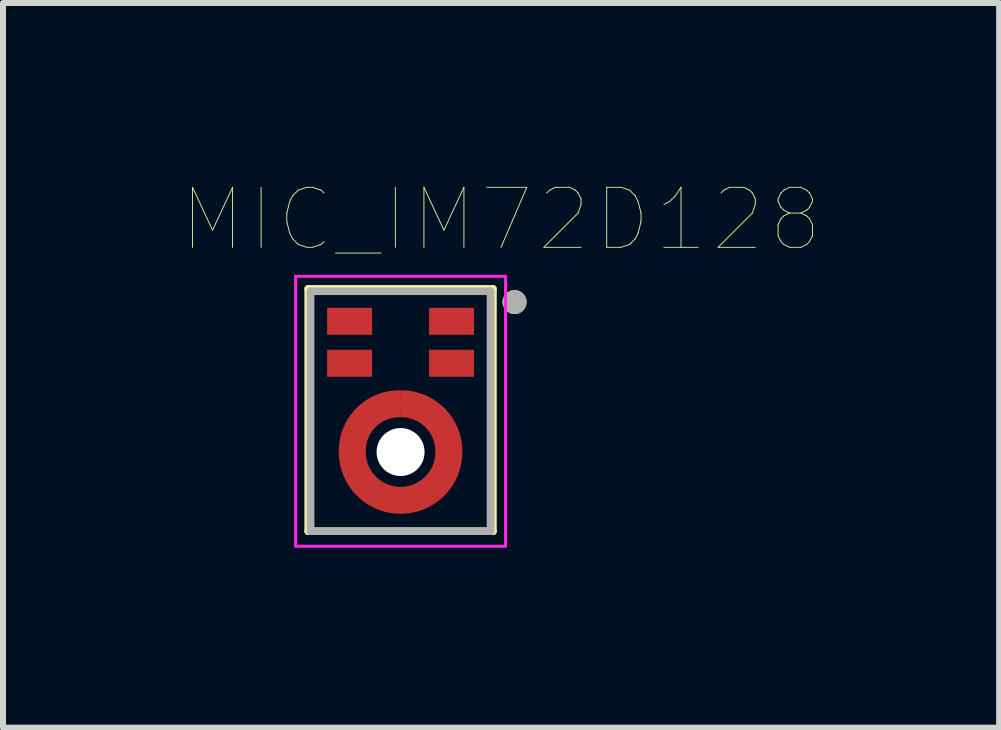
<source format=kicad_pcb>
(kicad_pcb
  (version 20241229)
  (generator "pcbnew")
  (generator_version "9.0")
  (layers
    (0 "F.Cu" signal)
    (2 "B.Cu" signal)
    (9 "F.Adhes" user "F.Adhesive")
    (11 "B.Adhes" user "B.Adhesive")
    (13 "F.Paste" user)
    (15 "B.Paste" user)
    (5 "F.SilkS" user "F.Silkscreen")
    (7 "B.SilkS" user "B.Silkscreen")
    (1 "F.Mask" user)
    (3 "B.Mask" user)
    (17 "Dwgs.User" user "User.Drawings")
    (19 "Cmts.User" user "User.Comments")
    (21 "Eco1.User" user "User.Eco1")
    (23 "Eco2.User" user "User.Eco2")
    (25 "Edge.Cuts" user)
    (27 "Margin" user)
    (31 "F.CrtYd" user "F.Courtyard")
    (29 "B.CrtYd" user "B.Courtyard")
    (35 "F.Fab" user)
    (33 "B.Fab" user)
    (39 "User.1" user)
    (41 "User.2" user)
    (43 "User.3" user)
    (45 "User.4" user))
  (footprint "MIC_IM72D128"
    (layer "F.Cu")
    (at 3.628 3.806)
    (property "Reference" "MIC_IM72D128" (at 1.675 -3.195 0) (layer "F.SilkS") (effects (font (size 1 1) (thickness 0.015))))
    (attr through_hole)
    (fp_poly (pts (xy 0.001 0.1) (xy 0.001 -0.35) (xy 0.046 -0.349) (xy 0.099 -0.346) (xy 0.152 -0.34) (xy 0.205 -0.331) (xy 0.257 -0.32) (xy 0.309 -0.305) (xy 0.359 -0.289) (xy 0.409 -0.269) (xy 0.457 -0.247) (xy 0.505 -0.222) (xy 0.551 -0.195) (xy 0.595 -0.166) (xy 0.638 -0.134) (xy 0.679 -0.1) (xy 0.719 -0.064) (xy 0.756 -0.026) (xy 0.792 0.014) (xy 0.825 0.056) (xy 0.856 0.099) (xy 0.884 0.144) (xy 0.911 0.191) (xy 0.935 0.239) (xy 0.956 0.288) (xy 0.974 0.338) (xy 0.991 0.388) (xy 1.004 0.44) (xy 1.015 0.492) (xy 1.022 0.545) (xy 1.028 0.598) (xy 1.03 0.66) (xy 1.03 0.68) (xy 1.029 0.734) (xy 1.024 0.788) (xy 1.017 0.841) (xy 1.007 0.894) (xy 0.995 0.947) (xy 0.98 0.998) (xy 0.962 1.049) (xy 0.941 1.099) (xy 0.918 1.148) (xy 0.892 1.195) (xy 0.864 1.241) (xy 0.833 1.285) (xy 0.8 1.328) (xy 0.765 1.369) (xy 0.728 1.408) (xy 0.689 1.445) (xy 0.648 1.48) (xy 0.605 1.513) (xy 0.561 1.544) (xy 0.515 1.572) (xy 0.468 1.598) (xy 0.419 1.621) (xy 0.369 1.642) (xy 0.318 1.66) (xy 0.267 1.675) (xy 0.214 1.687) (xy 0.161 1.697) (xy 0.108 1.704) (xy 0.054 1.709) (xy 0 1.71) (xy -0.054 1.709) (xy -0.108 1.704) (xy -0.161 1.697) (xy -0.214 1.687) (xy -0.267 1.675) (xy -0.318 1.66) (xy -0.369 1.642) (xy -0.419 1.621) (xy -0.468 1.598) (xy -0.515 1.572) (xy -0.561 1.544) (xy -0.605 1.513) (xy -0.648 1.48) (xy -0.689 1.445) (xy -0.728 1.408) (xy -0.765 1.369) (xy -0.8 1.328) (xy -0.833 1.285) (xy -0.864 1.241) (xy -0.892 1.195) (xy -0.918 1.148) (xy -0.941 1.099) (xy -0.962 1.049) (xy -0.98 0.998) (xy -0.995 0.947) (xy -1.007 0.894) (xy -1.017 0.841) (xy -1.024 0.788) (xy -1.029 0.734) (xy -1.03 0.68) (xy -1.03 0.66) (xy -1.029 0.607) (xy -1.024 0.554) (xy -1.018 0.502) (xy -1.008 0.45) (xy -0.996 0.399) (xy -0.981 0.348) (xy -0.963 0.298) (xy -0.943 0.249) (xy -0.92 0.201) (xy -0.895 0.155) (xy -0.867 0.11) (xy -0.837 0.066) (xy -0.805 0.024) (xy -0.771 -0.016) (xy -0.734 -0.054) (xy -0.696 -0.091) (xy -0.656 -0.125) (xy -0.614 -0.157) (xy -0.57 -0.187) (xy -0.525 -0.215) (xy -0.479 -0.24) (xy -0.431 -0.263) (xy -0.382 -0.283) (xy -0.332 -0.301) (xy -0.281 -0.316) (xy -0.23 -0.328) (xy -0.178 -0.338) (xy -0.126 -0.344) (xy -0.073 -0.349) (xy -0.02 -0.35) (xy -0.001 -0.35) (xy -0.001 0.1) (xy -0.03 0.1) (xy -0.06 0.101) (xy -0.089 0.104) (xy -0.118 0.108) (xy -0.146 0.114) (xy -0.175 0.121) (xy -0.203 0.13) (xy -0.23 0.14) (xy -0.257 0.152) (xy -0.283 0.165) (xy -0.309 0.18) (xy -0.334 0.195) (xy -0.357 0.212) (xy -0.38 0.231) (xy -0.402 0.25) (xy -0.423 0.271) (xy -0.443 0.292) (xy -0.462 0.315) (xy -0.479 0.338) (xy -0.495 0.363) (xy -0.51 0.388) (xy -0.524 0.414) (xy -0.536 0.441) (xy -0.547 0.468) (xy -0.556 0.496) (xy -0.564 0.524) (xy -0.57 0.553) (xy -0.575 0.582) (xy -0.578 0.611) (xy -0.58 0.64) (xy -0.58 0.68) (xy -0.579 0.71) (xy -0.577 0.741) (xy -0.573 0.771) (xy -0.567 0.801) (xy -0.56 0.83) (xy -0.552 0.859) (xy -0.541 0.888) (xy -0.53 0.916) (xy -0.517 0.943) (xy -0.502 0.97) (xy -0.486 0.996) (xy -0.469 1.021) (xy -0.451 1.045) (xy -0.431 1.068) (xy -0.41 1.09) (xy -0.388 1.111) (xy -0.365 1.131) (xy -0.341 1.149) (xy -0.316 1.166) (xy -0.29 1.182) (xy -0.263 1.197) (xy -0.236 1.21) (xy -0.208 1.221) (xy -0.179 1.232) (xy -0.15 1.24) (xy -0.121 1.247) (xy -0.091 1.253) (xy -0.061 1.257) (xy -0.03 1.259) (xy 0 1.26) (xy 0.03 1.259) (xy 0.061 1.257) (xy 0.091 1.253) (xy 0.121 1.247) (xy 0.15 1.24) (xy 0.179 1.232) (xy 0.208 1.221) (xy 0.236 1.21) (xy 0.263 1.197) (xy 0.29 1.182) (xy 0.316 1.166) (xy 0.341 1.149) (xy 0.365 1.131) (xy 0.388 1.111) (xy 0.41 1.09) (xy 0.431 1.068) (xy 0.451 1.045) (xy 0.469 1.021) (xy 0.486 0.996) (xy 0.502 0.97) (xy 0.517 0.943) (xy 0.53 0.916) (xy 0.541 0.888) (xy 0.552 0.859) (xy 0.56 0.83) (xy 0.567 0.801) (xy 0.573 0.771) (xy 0.577 0.741) (xy 0.579 0.71) (xy 0.58 0.68) (xy 0.58 0.66) (xy 0.579 0.63) (xy 0.576 0.6) (xy 0.571 0.571) (xy 0.565 0.541) (xy 0.558 0.513) (xy 0.549 0.484) (xy 0.539 0.456) (xy 0.527 0.429) (xy 0.513 0.402) (xy 0.499 0.376) (xy 0.483 0.351) (xy 0.465 0.327) (xy 0.447 0.303) (xy 0.427 0.281) (xy 0.406 0.26) (xy 0.384 0.24) (xy 0.361 0.221) (xy 0.337 0.203) (xy 0.312 0.186) (xy 0.287 0.171) (xy 0.26 0.158) (xy 0.233 0.145) (xy 0.205 0.134) (xy 0.177 0.125) (xy 0.148 0.117) (xy 0.119 0.11) (xy 0.09 0.105) (xy 0.06 0.102) (xy 0.03 0.1) (xy 0.001 0.1)) (stroke (width 0.0001) (type solid)) (fill yes) (layer "F.Cu"))
    (fp_circle (center 0 0.68) (end 0.805 0.68) (stroke (width 0.65) (type solid)) (fill no) (layer "F.Mask"))
    (fp_line (start -1.54 -2.04) (end 1.54 -2.04) (stroke (width 0.127) (type solid)) (layer "F.SilkS"))
    (fp_line (start -1.54 2) (end -1.54 -2.04) (stroke (width 0.127) (type solid)) (layer "F.SilkS"))
    (fp_line (start 1.54 -2.04) (end 1.54 2) (stroke (width 0.127) (type solid)) (layer "F.SilkS"))
    (fp_line (start 1.54 2) (end -1.54 2) (stroke (width 0.127) (type solid)) (layer "F.SilkS"))
    (fp_circle (center 1.9 -1.82) (end 2 -1.82) (stroke (width 0.2) (type solid)) (fill no) (layer "F.SilkS"))
    (fp_circle (center -0.824 0.66) (end -0.724 0.66) (stroke (width 0.12) (type solid)) (fill yes) (layer "F.Paste"))
    (fp_circle (center -0.406 -0.025) (end -0.306 -0.025) (stroke (width 0.12) (type solid)) (fill yes) (layer "F.Paste"))
    (fp_circle (center -0.406 1.422) (end -0.306 1.422) (stroke (width 0.12) (type solid)) (fill yes) (layer "F.Paste"))
    (fp_circle (center 0.406 1.397) (end 0.506 1.397) (stroke (width 0.12) (type solid)) (fill yes) (layer "F.Paste"))
    (fp_circle (center 0.432 -0.051) (end 0.532 -0.051) (stroke (width 0.12) (type solid)) (fill yes) (layer "F.Paste"))
    (fp_circle (center 0.792 0.622) (end 0.892 0.622) (stroke (width 0.12) (type solid)) (fill yes) (layer "F.Paste"))
    (fp_poly (pts (xy -0.75 -1.3) (xy -0.95 -1.3) (xy -0.971 -1.301) (xy -0.992 -1.304) (xy -1.012 -1.31) (xy -1.031 -1.317) (xy -1.05 -1.327) (xy -1.068 -1.338) (xy -1.084 -1.351) (xy -1.099 -1.366) (xy -1.112 -1.382) (xy -1.123 -1.4) (xy -1.133 -1.419) (xy -1.14 -1.438) (xy -1.146 -1.458) (xy -1.149 -1.479) (xy -1.15 -1.5) (xy -1.149 -1.521) (xy -1.146 -1.542) (xy -1.14 -1.562) (xy -1.133 -1.581) (xy -1.123 -1.6) (xy -1.112 -1.618) (xy -1.099 -1.634) (xy -1.084 -1.649) (xy -1.068 -1.662) (xy -1.05 -1.673) (xy -1.031 -1.683) (xy -1.012 -1.69) (xy -0.992 -1.696) (xy -0.971 -1.699) (xy -0.95 -1.7) (xy -0.75 -1.7) (xy -0.729 -1.699) (xy -0.708 -1.696) (xy -0.688 -1.69) (xy -0.669 -1.683) (xy -0.65 -1.673) (xy -0.632 -1.662) (xy -0.616 -1.649) (xy -0.601 -1.634) (xy -0.588 -1.618) (xy -0.577 -1.6) (xy -0.567 -1.581) (xy -0.56 -1.562) (xy -0.554 -1.542) (xy -0.551 -1.521) (xy -0.55 -1.5) (xy -0.551 -1.479) (xy -0.554 -1.458) (xy -0.56 -1.438) (xy -0.567 -1.419) (xy -0.577 -1.4) (xy -0.588 -1.382) (xy -0.601 -1.366) (xy -0.616 -1.351) (xy -0.632 -1.338) (xy -0.65 -1.327) (xy -0.669 -1.317) (xy -0.688 -1.31) (xy -0.708 -1.304) (xy -0.729 -1.301) (xy -0.75 -1.3)) (stroke (width 0.0001) (type solid)) (fill yes) (layer "F.Paste"))
    (fp_poly (pts (xy -0.75 -0.6) (xy -0.95 -0.6) (xy -0.971 -0.601) (xy -0.992 -0.604) (xy -1.012 -0.61) (xy -1.031 -0.617) (xy -1.05 -0.627) (xy -1.068 -0.638) (xy -1.084 -0.651) (xy -1.099 -0.666) (xy -1.112 -0.682) (xy -1.123 -0.7) (xy -1.133 -0.719) (xy -1.14 -0.738) (xy -1.146 -0.758) (xy -1.149 -0.779) (xy -1.15 -0.8) (xy -1.149 -0.821) (xy -1.146 -0.842) (xy -1.14 -0.862) (xy -1.133 -0.881) (xy -1.123 -0.9) (xy -1.112 -0.918) (xy -1.099 -0.934) (xy -1.084 -0.949) (xy -1.068 -0.962) (xy -1.05 -0.973) (xy -1.031 -0.983) (xy -1.012 -0.99) (xy -0.992 -0.996) (xy -0.971 -0.999) (xy -0.95 -1) (xy -0.75 -1) (xy -0.729 -0.999) (xy -0.708 -0.996) (xy -0.688 -0.99) (xy -0.669 -0.983) (xy -0.65 -0.973) (xy -0.632 -0.962) (xy -0.616 -0.949) (xy -0.601 -0.934) (xy -0.588 -0.918) (xy -0.577 -0.9) (xy -0.567 -0.881) (xy -0.56 -0.862) (xy -0.554 -0.842) (xy -0.551 -0.821) (xy -0.55 -0.8) (xy -0.551 -0.779) (xy -0.554 -0.758) (xy -0.56 -0.738) (xy -0.567 -0.719) (xy -0.577 -0.7) (xy -0.588 -0.682) (xy -0.601 -0.666) (xy -0.616 -0.651) (xy -0.632 -0.638) (xy -0.65 -0.627) (xy -0.669 -0.617) (xy -0.688 -0.61) (xy -0.708 -0.604) (xy -0.729 -0.601) (xy -0.75 -0.6)) (stroke (width 0.0001) (type solid)) (fill yes) (layer "F.Paste"))
    (fp_poly (pts (xy 0.95 -1.3) (xy 0.75 -1.3) (xy 0.729 -1.301) (xy 0.708 -1.304) (xy 0.688 -1.31) (xy 0.669 -1.317) (xy 0.65 -1.327) (xy 0.632 -1.338) (xy 0.616 -1.351) (xy 0.601 -1.366) (xy 0.588 -1.382) (xy 0.577 -1.4) (xy 0.567 -1.419) (xy 0.56 -1.438) (xy 0.554 -1.458) (xy 0.551 -1.479) (xy 0.55 -1.5) (xy 0.551 -1.521) (xy 0.554 -1.542) (xy 0.56 -1.562) (xy 0.567 -1.581) (xy 0.577 -1.6) (xy 0.588 -1.618) (xy 0.601 -1.634) (xy 0.616 -1.649) (xy 0.632 -1.662) (xy 0.65 -1.673) (xy 0.669 -1.683) (xy 0.688 -1.69) (xy 0.708 -1.696) (xy 0.729 -1.699) (xy 0.75 -1.7) (xy 0.95 -1.7) (xy 0.971 -1.699) (xy 0.992 -1.696) (xy 1.012 -1.69) (xy 1.031 -1.683) (xy 1.05 -1.673) (xy 1.068 -1.662) (xy 1.084 -1.649) (xy 1.099 -1.634) (xy 1.112 -1.618) (xy 1.123 -1.6) (xy 1.133 -1.581) (xy 1.14 -1.562) (xy 1.146 -1.542) (xy 1.149 -1.521) (xy 1.15 -1.5) (xy 1.149 -1.479) (xy 1.146 -1.458) (xy 1.14 -1.438) (xy 1.133 -1.419) (xy 1.123 -1.4) (xy 1.112 -1.382) (xy 1.099 -1.366) (xy 1.084 -1.351) (xy 1.068 -1.338) (xy 1.05 -1.327) (xy 1.031 -1.317) (xy 1.012 -1.31) (xy 0.992 -1.304) (xy 0.971 -1.301) (xy 0.95 -1.3)) (stroke (width 0.0001) (type solid)) (fill yes) (layer "F.Paste"))
    (fp_poly (pts (xy 0.95 -0.6) (xy 0.75 -0.6) (xy 0.729 -0.601) (xy 0.708 -0.604) (xy 0.688 -0.61) (xy 0.669 -0.617) (xy 0.65 -0.627) (xy 0.632 -0.638) (xy 0.616 -0.651) (xy 0.601 -0.666) (xy 0.588 -0.682) (xy 0.577 -0.7) (xy 0.567 -0.719) (xy 0.56 -0.738) (xy 0.554 -0.758) (xy 0.551 -0.779) (xy 0.55 -0.8) (xy 0.551 -0.821) (xy 0.554 -0.842) (xy 0.56 -0.862) (xy 0.567 -0.881) (xy 0.577 -0.9) (xy 0.588 -0.918) (xy 0.601 -0.934) (xy 0.616 -0.949) (xy 0.632 -0.962) (xy 0.65 -0.973) (xy 0.669 -0.983) (xy 0.688 -0.99) (xy 0.708 -0.996) (xy 0.729 -0.999) (xy 0.75 -1) (xy 0.95 -1) (xy 0.971 -0.999) (xy 0.992 -0.996) (xy 1.012 -0.99) (xy 1.031 -0.983) (xy 1.05 -0.973) (xy 1.068 -0.962) (xy 1.084 -0.949) (xy 1.099 -0.934) (xy 1.112 -0.918) (xy 1.123 -0.9) (xy 1.133 -0.881) (xy 1.14 -0.862) (xy 1.146 -0.842) (xy 1.149 -0.821) (xy 1.15 -0.8) (xy 1.149 -0.779) (xy 1.146 -0.758) (xy 1.14 -0.738) (xy 1.133 -0.719) (xy 1.123 -0.7) (xy 1.112 -0.682) (xy 1.099 -0.666) (xy 1.084 -0.651) (xy 1.068 -0.638) (xy 1.05 -0.627) (xy 1.031 -0.617) (xy 1.012 -0.61) (xy 0.992 -0.604) (xy 0.971 -0.601) (xy 0.95 -0.6)) (stroke (width 0.0001) (type solid)) (fill yes) (layer "F.Paste"))
    (fp_poly (pts (xy -0.36 -0.11) (xy -0.36 -0.121) (xy -0.359 -0.132) (xy -0.357 -0.143) (xy -0.355 -0.154) (xy -0.353 -0.164) (xy -0.35 -0.175) (xy -0.346 -0.185) (xy -0.342 -0.195) (xy -0.337 -0.205) (xy -0.332 -0.215) (xy -0.326 -0.224) (xy -0.32 -0.233) (xy -0.313 -0.242) (xy -0.306 -0.251) (xy -0.298 -0.258) (xy -0.291 -0.266) (xy -0.282 -0.273) (xy -0.273 -0.28) (xy -0.264 -0.286) (xy -0.255 -0.292) (xy -0.245 -0.297) (xy -0.235 -0.302) (xy -0.225 -0.306) (xy -0.215 -0.31) (xy -0.204 -0.313) (xy -0.194 -0.315) (xy -0.183 -0.317) (xy -0.172 -0.319) (xy -0.161 -0.32) (xy -0.15 -0.32) (xy 0.15 -0.32) (xy 0.161 -0.32) (xy 0.172 -0.319) (xy 0.183 -0.317) (xy 0.194 -0.315) (xy 0.204 -0.313) (xy 0.215 -0.31) (xy 0.225 -0.306) (xy 0.235 -0.302) (xy 0.245 -0.297) (xy 0.255 -0.292) (xy 0.264 -0.286) (xy 0.273 -0.28) (xy 0.282 -0.273) (xy 0.291 -0.266) (xy 0.298 -0.258) (xy 0.306 -0.251) (xy 0.313 -0.242) (xy 0.32 -0.233) (xy 0.326 -0.224) (xy 0.332 -0.215) (xy 0.337 -0.205) (xy 0.342 -0.195) (xy 0.346 -0.185) (xy 0.35 -0.175) (xy 0.353 -0.164) (xy 0.355 -0.154) (xy 0.357 -0.143) (xy 0.359 -0.132) (xy 0.36 -0.121) (xy 0.36 -0.11) (xy 0.36 -0.099) (xy 0.359 -0.088) (xy 0.357 -0.077) (xy 0.355 -0.066) (xy 0.353 -0.056) (xy 0.35 -0.045) (xy 0.346 -0.035) (xy 0.342 -0.025) (xy 0.337 -0.015) (xy 0.332 -0.005) (xy 0.326 0.004) (xy 0.32 0.013) (xy 0.313 0.022) (xy 0.306 0.031) (xy 0.298 0.038) (xy 0.291 0.046) (xy 0.282 0.053) (xy 0.273 0.06) (xy 0.264 0.066) (xy 0.255 0.072) (xy 0.245 0.077) (xy 0.235 0.082) (xy 0.225 0.086) (xy 0.215 0.09) (xy 0.204 0.093) (xy 0.194 0.095) (xy 0.183 0.097) (xy 0.172 0.099) (xy 0.161 0.1) (xy 0.15 0.1) (xy 0.14 0.1) (xy 0.135 0.098) (xy 0.13 0.097) (xy 0.126 0.096) (xy 0.121 0.094) (xy 0.116 0.093) (xy 0.112 0.092) (xy 0.107 0.091) (xy 0.103 0.09) (xy 0.098 0.089) (xy 0.093 0.088) (xy 0.089 0.087) (xy 0.084 0.086) (xy 0.079 0.085) (xy 0.075 0.084) (xy 0.07 0.084) (xy 0.065 0.083) (xy 0.061 0.083) (xy 0.056 0.082) (xy 0.051 0.082) (xy 0.046 0.081) (xy 0.042 0.081) (xy 0.037 0.08) (xy 0.032 0.08) (xy 0.027 0.08) (xy 0.023 0.08) (xy 0.018 0.08) (xy 0.013 0.08) (xy 0.009 0.08) (xy 0.004 0.08) (xy 0 0.08) (xy -0.004 0.08) (xy -0.009 0.08) (xy -0.013 0.08) (xy -0.018 0.08) (xy -0.023 0.08) (xy -0.027 0.08) (xy -0.032 0.08) (xy -0.037 0.08) (xy -0.042 0.081) (xy -0.046 0.081) (xy -0.051 0.082) (xy -0.056 0.082) (xy -0.061 0.083) (xy -0.065 0.083) (xy -0.07 0.084) (xy -0.075 0.084) (xy -0.079 0.085) (xy -0.084 0.086) (xy -0.089 0.087) (xy -0.093 0.088) (xy -0.098 0.089) (xy -0.103 0.09) (xy -0.107 0.091) (xy -0.112 0.092) (xy -0.116 0.093) (xy -0.121 0.094) (xy -0.126 0.096) (xy -0.13 0.097) (xy -0.135 0.098) (xy -0.14 0.1) (xy -0.15 0.1) (xy -0.161 0.1) (xy -0.172 0.099) (xy -0.183 0.097) (xy -0.194 0.095) (xy -0.204 0.093) (xy -0.215 0.09) (xy -0.225 0.086) (xy -0.235 0.082) (xy -0.245 0.077) (xy -0.255 0.072) (xy -0.264 0.066) (xy -0.273 0.06) (xy -0.282 0.053) (xy -0.291 0.046) (xy -0.298 0.038) (xy -0.306 0.031) (xy -0.313 0.022) (xy -0.32 0.013) (xy -0.326 0.004) (xy -0.332 -0.005) (xy -0.337 -0.015) (xy -0.342 -0.025) (xy -0.346 -0.035) (xy -0.35 -0.045) (xy -0.353 -0.056) (xy -0.355 -0.066) (xy -0.357 -0.077) (xy -0.359 -0.088) (xy -0.36 -0.099) (xy -0.36 -0.11)) (stroke (width 0.001) (type solid)) (fill yes) (layer "F.Paste"))
    (fp_poly (pts (xy 0.36 1.47) (xy 0.36 1.481) (xy 0.359 1.492) (xy 0.357 1.503) (xy 0.355 1.514) (xy 0.353 1.524) (xy 0.35 1.535) (xy 0.346 1.545) (xy 0.342 1.555) (xy 0.337 1.565) (xy 0.332 1.575) (xy 0.326 1.584) (xy 0.32 1.593) (xy 0.313 1.602) (xy 0.306 1.611) (xy 0.298 1.618) (xy 0.291 1.626) (xy 0.282 1.633) (xy 0.273 1.64) (xy 0.264 1.646) (xy 0.255 1.652) (xy 0.245 1.657) (xy 0.235 1.662) (xy 0.225 1.666) (xy 0.215 1.67) (xy 0.204 1.673) (xy 0.194 1.675) (xy 0.183 1.677) (xy 0.172 1.679) (xy 0.161 1.68) (xy 0.15 1.68) (xy -0.15 1.68) (xy -0.161 1.68) (xy -0.172 1.679) (xy -0.183 1.677) (xy -0.194 1.675) (xy -0.204 1.673) (xy -0.215 1.67) (xy -0.225 1.666) (xy -0.235 1.662) (xy -0.245 1.657) (xy -0.255 1.652) (xy -0.264 1.646) (xy -0.273 1.64) (xy -0.282 1.633) (xy -0.291 1.626) (xy -0.298 1.618) (xy -0.306 1.611) (xy -0.313 1.602) (xy -0.32 1.593) (xy -0.326 1.584) (xy -0.332 1.575) (xy -0.337 1.565) (xy -0.342 1.555) (xy -0.346 1.545) (xy -0.35 1.535) (xy -0.353 1.524) (xy -0.355 1.514) (xy -0.357 1.503) (xy -0.359 1.492) (xy -0.36 1.481) (xy -0.36 1.47) (xy -0.36 1.459) (xy -0.359 1.448) (xy -0.357 1.437) (xy -0.355 1.426) (xy -0.353 1.416) (xy -0.35 1.405) (xy -0.346 1.395) (xy -0.342 1.385) (xy -0.337 1.375) (xy -0.332 1.365) (xy -0.326 1.356) (xy -0.32 1.347) (xy -0.313 1.338) (xy -0.306 1.329) (xy -0.298 1.322) (xy -0.291 1.314) (xy -0.282 1.307) (xy -0.273 1.3) (xy -0.264 1.294) (xy -0.255 1.288) (xy -0.245 1.283) (xy -0.235 1.278) (xy -0.225 1.274) (xy -0.215 1.27) (xy -0.204 1.267) (xy -0.194 1.265) (xy -0.183 1.263) (xy -0.172 1.261) (xy -0.161 1.26) (xy -0.15 1.26) (xy -0.14 1.26) (xy -0.135 1.262) (xy -0.13 1.263) (xy -0.126 1.264) (xy -0.121 1.266) (xy -0.116 1.267) (xy -0.112 1.268) (xy -0.107 1.269) (xy -0.103 1.27) (xy -0.098 1.271) (xy -0.093 1.272) (xy -0.089 1.273) (xy -0.084 1.274) (xy -0.079 1.275) (xy -0.075 1.276) (xy -0.07 1.276) (xy -0.065 1.277) (xy -0.061 1.277) (xy -0.056 1.278) (xy -0.051 1.278) (xy -0.046 1.279) (xy -0.042 1.279) (xy -0.037 1.28) (xy -0.032 1.28) (xy -0.027 1.28) (xy -0.023 1.28) (xy -0.018 1.28) (xy -0.013 1.28) (xy -0.009 1.28) (xy -0.004 1.28) (xy 0 1.28) (xy 0.004 1.28) (xy 0.009 1.28) (xy 0.013 1.28) (xy 0.018 1.28) (xy 0.023 1.28) (xy 0.027 1.28) (xy 0.032 1.28) (xy 0.037 1.28) (xy 0.042 1.279) (xy 0.046 1.279) (xy 0.051 1.278) (xy 0.056 1.278) (xy 0.061 1.277) (xy 0.065 1.277) (xy 0.07 1.276) (xy 0.075 1.276) (xy 0.079 1.275) (xy 0.084 1.274) (xy 0.089 1.273) (xy 0.093 1.272) (xy 0.098 1.271) (xy 0.103 1.27) (xy 0.107 1.269) (xy 0.112 1.268) (xy 0.116 1.267) (xy 0.121 1.266) (xy 0.126 1.264) (xy 0.13 1.263) (xy 0.135 1.262) (xy 0.14 1.26) (xy 0.15 1.26) (xy 0.161 1.26) (xy 0.172 1.261) (xy 0.183 1.263) (xy 0.194 1.265) (xy 0.204 1.267) (xy 0.215 1.27) (xy 0.225 1.274) (xy 0.235 1.278) (xy 0.245 1.283) (xy 0.255 1.288) (xy 0.264 1.294) (xy 0.273 1.3) (xy 0.282 1.307) (xy 0.291 1.314) (xy 0.298 1.322) (xy 0.306 1.329) (xy 0.313 1.338) (xy 0.32 1.347) (xy 0.326 1.356) (xy 0.332 1.365) (xy 0.337 1.375) (xy 0.342 1.385) (xy 0.346 1.395) (xy 0.35 1.405) (xy 0.353 1.416) (xy 0.355 1.426) (xy 0.357 1.437) (xy 0.359 1.448) (xy 0.36 1.459) (xy 0.36 1.47)) (stroke (width 0.001) (type solid)) (fill yes) (layer "F.Paste"))
    (fp_poly (pts (xy -0.864 0.597) (xy -0.874 0.591) (xy -0.883 0.585) (xy -0.891 0.578) (xy -0.9 0.571) (xy -0.908 0.563) (xy -0.915 0.555) (xy -0.922 0.547) (xy -0.929 0.538) (xy -0.935 0.529) (xy -0.941 0.52) (xy -0.946 0.51) (xy -0.951 0.5) (xy -0.955 0.49) (xy -0.959 0.48) (xy -0.962 0.469) (xy -0.965 0.459) (xy -0.967 0.448) (xy -0.968 0.437) (xy -0.969 0.426) (xy -0.969 0.415) (xy -0.969 0.404) (xy -0.968 0.393) (xy -0.967 0.382) (xy -0.965 0.371) (xy -0.962 0.361) (xy -0.959 0.35) (xy -0.955 0.34) (xy -0.951 0.329) (xy -0.946 0.32) (xy -0.941 0.31) (xy -0.866 0.18) (xy -0.791 0.05) (xy -0.785 0.041) (xy -0.779 0.032) (xy -0.772 0.023) (xy -0.765 0.015) (xy -0.758 0.007) (xy -0.75 -0.001) (xy -0.741 -0.008) (xy -0.733 -0.015) (xy -0.724 -0.021) (xy -0.714 -0.027) (xy -0.704 -0.032) (xy -0.695 -0.037) (xy -0.684 -0.041) (xy -0.674 -0.045) (xy -0.664 -0.048) (xy -0.653 -0.05) (xy -0.642 -0.052) (xy -0.631 -0.054) (xy -0.62 -0.055) (xy -0.609 -0.055) (xy -0.598 -0.055) (xy -0.587 -0.054) (xy -0.576 -0.052) (xy -0.565 -0.05) (xy -0.555 -0.048) (xy -0.544 -0.045) (xy -0.534 -0.041) (xy -0.524 -0.037) (xy -0.514 -0.032) (xy -0.504 -0.027) (xy -0.495 -0.021) (xy -0.486 -0.015) (xy -0.477 -0.008) (xy -0.469 -0.001) (xy -0.461 0.007) (xy -0.453 0.015) (xy -0.446 0.023) (xy -0.439 0.032) (xy -0.433 0.041) (xy -0.427 0.05) (xy -0.422 0.06) (xy -0.417 0.07) (xy -0.413 0.08) (xy -0.409 0.09) (xy -0.406 0.101) (xy -0.404 0.111) (xy -0.402 0.122) (xy -0.4 0.133) (xy -0.399 0.144) (xy -0.399 0.155) (xy -0.399 0.166) (xy -0.4 0.177) (xy -0.402 0.188) (xy -0.404 0.199) (xy -0.406 0.209) (xy -0.409 0.22) (xy -0.413 0.23) (xy -0.417 0.241) (xy -0.422 0.25) (xy -0.427 0.26) (xy -0.432 0.269) (xy -0.436 0.273) (xy -0.44 0.276) (xy -0.443 0.279) (xy -0.447 0.282) (xy -0.45 0.286) (xy -0.453 0.289) (xy -0.457 0.293) (xy -0.46 0.296) (xy -0.463 0.3) (xy -0.466 0.303) (xy -0.469 0.307) (xy -0.472 0.31) (xy -0.475 0.314) (xy -0.478 0.318) (xy -0.481 0.321) (xy -0.484 0.325) (xy -0.487 0.329) (xy -0.49 0.333) (xy -0.493 0.336) (xy -0.495 0.34) (xy -0.498 0.344) (xy -0.501 0.348) (xy -0.503 0.352) (xy -0.506 0.356) (xy -0.508 0.36) (xy -0.511 0.364) (xy -0.513 0.368) (xy -0.516 0.373) (xy -0.518 0.377) (xy -0.52 0.38) (xy -0.522 0.383) (xy -0.524 0.387) (xy -0.526 0.391) (xy -0.529 0.396) (xy -0.531 0.4) (xy -0.533 0.404) (xy -0.536 0.408) (xy -0.538 0.412) (xy -0.54 0.416) (xy -0.542 0.421) (xy -0.544 0.425) (xy -0.546 0.429) (xy -0.548 0.434) (xy -0.55 0.438) (xy -0.551 0.442) (xy -0.553 0.447) (xy -0.555 0.451) (xy -0.556 0.456) (xy -0.558 0.46) (xy -0.56 0.465) (xy -0.561 0.469) (xy -0.563 0.474) (xy -0.564 0.478) (xy -0.565 0.483) (xy -0.567 0.487) (xy -0.568 0.492) (xy -0.569 0.496) (xy -0.57 0.501) (xy -0.571 0.506) (xy -0.572 0.511) (xy -0.577 0.52) (xy -0.583 0.529) (xy -0.589 0.538) (xy -0.596 0.547) (xy -0.603 0.555) (xy -0.611 0.563) (xy -0.619 0.571) (xy -0.627 0.578) (xy -0.636 0.585) (xy -0.645 0.591) (xy -0.654 0.597) (xy -0.664 0.602) (xy -0.674 0.607) (xy -0.684 0.611) (xy -0.694 0.615) (xy -0.705 0.618) (xy -0.715 0.62) (xy -0.726 0.622) (xy -0.737 0.624) (xy -0.748 0.625) (xy -0.759 0.625) (xy -0.77 0.625) (xy -0.781 0.624) (xy -0.792 0.622) (xy -0.803 0.62) (xy -0.814 0.618) (xy -0.824 0.615) (xy -0.834 0.611) (xy -0.845 0.607) (xy -0.854 0.602) (xy -0.864 0.597)) (stroke (width 0.001) (type solid)) (fill yes) (layer "F.Paste"))
    (fp_poly (pts (xy -0.504 1.387) (xy -0.514 1.392) (xy -0.524 1.397) (xy -0.534 1.401) (xy -0.544 1.405) (xy -0.555 1.408) (xy -0.565 1.41) (xy -0.576 1.412) (xy -0.587 1.414) (xy -0.598 1.415) (xy -0.609 1.415) (xy -0.62 1.415) (xy -0.631 1.414) (xy -0.642 1.412) (xy -0.653 1.41) (xy -0.664 1.408) (xy -0.674 1.405) (xy -0.684 1.401) (xy -0.695 1.397) (xy -0.704 1.392) (xy -0.714 1.387) (xy -0.724 1.381) (xy -0.733 1.375) (xy -0.741 1.368) (xy -0.75 1.361) (xy -0.758 1.353) (xy -0.765 1.345) (xy -0.772 1.337) (xy -0.779 1.328) (xy -0.785 1.319) (xy -0.791 1.31) (xy -0.866 1.18) (xy -0.941 1.05) (xy -0.946 1.04) (xy -0.951 1.031) (xy -0.955 1.02) (xy -0.959 1.01) (xy -0.962 0.999) (xy -0.965 0.989) (xy -0.967 0.978) (xy -0.968 0.967) (xy -0.969 0.956) (xy -0.969 0.945) (xy -0.969 0.934) (xy -0.968 0.923) (xy -0.967 0.912) (xy -0.965 0.901) (xy -0.962 0.891) (xy -0.959 0.88) (xy -0.955 0.87) (xy -0.951 0.86) (xy -0.946 0.85) (xy -0.941 0.84) (xy -0.935 0.831) (xy -0.929 0.822) (xy -0.922 0.813) (xy -0.915 0.805) (xy -0.908 0.797) (xy -0.9 0.789) (xy -0.891 0.782) (xy -0.883 0.775) (xy -0.874 0.769) (xy -0.864 0.763) (xy -0.854 0.758) (xy -0.845 0.753) (xy -0.834 0.749) (xy -0.824 0.745) (xy -0.814 0.742) (xy -0.803 0.74) (xy -0.792 0.738) (xy -0.781 0.736) (xy -0.77 0.735) (xy -0.759 0.735) (xy -0.748 0.735) (xy -0.737 0.736) (xy -0.726 0.738) (xy -0.715 0.74) (xy -0.705 0.742) (xy -0.694 0.745) (xy -0.684 0.749) (xy -0.674 0.753) (xy -0.664 0.758) (xy -0.654 0.763) (xy -0.645 0.769) (xy -0.636 0.775) (xy -0.627 0.782) (xy -0.619 0.789) (xy -0.611 0.797) (xy -0.603 0.805) (xy -0.596 0.813) (xy -0.589 0.822) (xy -0.583 0.831) (xy -0.577 0.84) (xy -0.572 0.849) (xy -0.571 0.854) (xy -0.57 0.859) (xy -0.569 0.864) (xy -0.568 0.868) (xy -0.567 0.873) (xy -0.565 0.877) (xy -0.564 0.882) (xy -0.563 0.886) (xy -0.561 0.891) (xy -0.56 0.895) (xy -0.558 0.9) (xy -0.556 0.904) (xy -0.555 0.909) (xy -0.553 0.913) (xy -0.551 0.918) (xy -0.55 0.922) (xy -0.548 0.926) (xy -0.546 0.931) (xy -0.544 0.935) (xy -0.542 0.939) (xy -0.54 0.943) (xy -0.538 0.948) (xy -0.536 0.952) (xy -0.533 0.956) (xy -0.531 0.96) (xy -0.529 0.964) (xy -0.526 0.969) (xy -0.524 0.973) (xy -0.522 0.977) (xy -0.52 0.98) (xy -0.518 0.983) (xy -0.516 0.987) (xy -0.513 0.992) (xy -0.511 0.996) (xy -0.508 1) (xy -0.506 1.004) (xy -0.503 1.008) (xy -0.501 1.012) (xy -0.498 1.016) (xy -0.495 1.02) (xy -0.493 1.024) (xy -0.49 1.027) (xy -0.487 1.031) (xy -0.484 1.035) (xy -0.481 1.039) (xy -0.478 1.042) (xy -0.475 1.046) (xy -0.472 1.05) (xy -0.469 1.053) (xy -0.466 1.057) (xy -0.463 1.06) (xy -0.46 1.064) (xy -0.457 1.067) (xy -0.453 1.071) (xy -0.45 1.074) (xy -0.447 1.078) (xy -0.443 1.081) (xy -0.44 1.084) (xy -0.436 1.087) (xy -0.432 1.091) (xy -0.427 1.1) (xy -0.422 1.11) (xy -0.417 1.119) (xy -0.413 1.13) (xy -0.409 1.14) (xy -0.406 1.151) (xy -0.404 1.161) (xy -0.402 1.172) (xy -0.4 1.183) (xy -0.399 1.194) (xy -0.399 1.205) (xy -0.399 1.216) (xy -0.4 1.227) (xy -0.402 1.238) (xy -0.404 1.249) (xy -0.406 1.259) (xy -0.409 1.27) (xy -0.413 1.28) (xy -0.417 1.29) (xy -0.422 1.3) (xy -0.427 1.31) (xy -0.433 1.319) (xy -0.439 1.328) (xy -0.446 1.337) (xy -0.453 1.345) (xy -0.461 1.353) (xy -0.469 1.361) (xy -0.477 1.368) (xy -0.486 1.375) (xy -0.495 1.381) (xy -0.504 1.387)) (stroke (width 0.001) (type solid)) (fill yes) (layer "F.Paste"))
    (fp_poly (pts (xy 0.504 -0.027) (xy 0.514 -0.032) (xy 0.524 -0.037) (xy 0.534 -0.041) (xy 0.544 -0.045) (xy 0.555 -0.048) (xy 0.565 -0.05) (xy 0.576 -0.052) (xy 0.587 -0.054) (xy 0.598 -0.055) (xy 0.609 -0.055) (xy 0.62 -0.055) (xy 0.631 -0.054) (xy 0.642 -0.052) (xy 0.653 -0.05) (xy 0.664 -0.048) (xy 0.674 -0.045) (xy 0.684 -0.041) (xy 0.695 -0.037) (xy 0.704 -0.032) (xy 0.714 -0.027) (xy 0.724 -0.021) (xy 0.733 -0.015) (xy 0.741 -0.008) (xy 0.75 -0.001) (xy 0.758 0.007) (xy 0.765 0.015) (xy 0.772 0.023) (xy 0.779 0.032) (xy 0.785 0.041) (xy 0.791 0.05) (xy 0.866 0.18) (xy 0.941 0.31) (xy 0.946 0.32) (xy 0.951 0.329) (xy 0.955 0.34) (xy 0.959 0.35) (xy 0.962 0.361) (xy 0.965 0.371) (xy 0.967 0.382) (xy 0.968 0.393) (xy 0.969 0.404) (xy 0.969 0.415) (xy 0.969 0.426) (xy 0.968 0.437) (xy 0.967 0.448) (xy 0.965 0.459) (xy 0.962 0.469) (xy 0.959 0.48) (xy 0.955 0.49) (xy 0.951 0.5) (xy 0.946 0.51) (xy 0.941 0.52) (xy 0.935 0.529) (xy 0.929 0.538) (xy 0.922 0.547) (xy 0.915 0.555) (xy 0.908 0.563) (xy 0.9 0.571) (xy 0.891 0.578) (xy 0.883 0.585) (xy 0.874 0.591) (xy 0.864 0.597) (xy 0.854 0.602) (xy 0.845 0.607) (xy 0.834 0.611) (xy 0.824 0.615) (xy 0.814 0.618) (xy 0.803 0.62) (xy 0.792 0.622) (xy 0.781 0.624) (xy 0.77 0.625) (xy 0.759 0.625) (xy 0.748 0.625) (xy 0.737 0.624) (xy 0.726 0.622) (xy 0.715 0.62) (xy 0.705 0.618) (xy 0.694 0.615) (xy 0.684 0.611) (xy 0.674 0.607) (xy 0.664 0.602) (xy 0.654 0.597) (xy 0.645 0.591) (xy 0.636 0.585) (xy 0.627 0.578) (xy 0.619 0.571) (xy 0.611 0.563) (xy 0.603 0.555) (xy 0.596 0.547) (xy 0.589 0.538) (xy 0.583 0.529) (xy 0.577 0.52) (xy 0.572 0.511) (xy 0.571 0.506) (xy 0.57 0.501) (xy 0.569 0.496) (xy 0.568 0.492) (xy 0.567 0.487) (xy 0.565 0.483) (xy 0.564 0.478) (xy 0.563 0.474) (xy 0.561 0.469) (xy 0.56 0.465) (xy 0.558 0.46) (xy 0.556 0.456) (xy 0.555 0.451) (xy 0.553 0.447) (xy 0.551 0.442) (xy 0.55 0.438) (xy 0.548 0.434) (xy 0.546 0.429) (xy 0.544 0.425) (xy 0.542 0.421) (xy 0.54 0.417) (xy 0.538 0.412) (xy 0.536 0.408) (xy 0.533 0.404) (xy 0.531 0.4) (xy 0.529 0.396) (xy 0.526 0.391) (xy 0.524 0.387) (xy 0.522 0.383) (xy 0.52 0.38) (xy 0.518 0.377) (xy 0.515 0.373) (xy 0.513 0.368) (xy 0.511 0.364) (xy 0.508 0.36) (xy 0.506 0.356) (xy 0.503 0.352) (xy 0.501 0.348) (xy 0.498 0.344) (xy 0.495 0.34) (xy 0.493 0.336) (xy 0.49 0.333) (xy 0.487 0.329) (xy 0.484 0.325) (xy 0.481 0.321) (xy 0.478 0.318) (xy 0.475 0.314) (xy 0.472 0.31) (xy 0.469 0.307) (xy 0.466 0.303) (xy 0.463 0.3) (xy 0.46 0.296) (xy 0.457 0.293) (xy 0.453 0.289) (xy 0.45 0.286) (xy 0.447 0.282) (xy 0.443 0.279) (xy 0.44 0.276) (xy 0.436 0.273) (xy 0.432 0.269) (xy 0.427 0.26) (xy 0.422 0.25) (xy 0.417 0.241) (xy 0.413 0.23) (xy 0.409 0.22) (xy 0.406 0.209) (xy 0.404 0.199) (xy 0.402 0.188) (xy 0.4 0.177) (xy 0.399 0.166) (xy 0.399 0.155) (xy 0.399 0.144) (xy 0.4 0.133) (xy 0.402 0.122) (xy 0.404 0.111) (xy 0.406 0.101) (xy 0.409 0.09) (xy 0.413 0.08) (xy 0.417 0.07) (xy 0.422 0.06) (xy 0.427 0.05) (xy 0.433 0.041) (xy 0.439 0.032) (xy 0.446 0.023) (xy 0.453 0.015) (xy 0.461 0.007) (xy 0.469 -0.001) (xy 0.477 -0.008) (xy 0.486 -0.015) (xy 0.495 -0.021) (xy 0.504 -0.027)) (stroke (width 0.001) (type solid)) (fill yes) (layer "F.Paste"))
    (fp_poly (pts (xy 0.864 0.763) (xy 0.874 0.769) (xy 0.883 0.775) (xy 0.891 0.782) (xy 0.9 0.789) (xy 0.908 0.797) (xy 0.915 0.805) (xy 0.922 0.813) (xy 0.929 0.822) (xy 0.935 0.831) (xy 0.941 0.84) (xy 0.946 0.85) (xy 0.951 0.86) (xy 0.955 0.87) (xy 0.959 0.88) (xy 0.962 0.891) (xy 0.965 0.901) (xy 0.967 0.912) (xy 0.968 0.923) (xy 0.969 0.934) (xy 0.969 0.945) (xy 0.969 0.956) (xy 0.968 0.967) (xy 0.967 0.978) (xy 0.965 0.989) (xy 0.962 0.999) (xy 0.959 1.01) (xy 0.955 1.02) (xy 0.951 1.031) (xy 0.946 1.04) (xy 0.941 1.05) (xy 0.866 1.18) (xy 0.791 1.31) (xy 0.785 1.319) (xy 0.779 1.328) (xy 0.772 1.337) (xy 0.765 1.345) (xy 0.758 1.353) (xy 0.75 1.361) (xy 0.741 1.368) (xy 0.733 1.375) (xy 0.724 1.381) (xy 0.714 1.387) (xy 0.704 1.392) (xy 0.695 1.397) (xy 0.684 1.401) (xy 0.674 1.405) (xy 0.664 1.408) (xy 0.653 1.41) (xy 0.642 1.412) (xy 0.631 1.414) (xy 0.62 1.415) (xy 0.609 1.415) (xy 0.598 1.415) (xy 0.587 1.414) (xy 0.576 1.412) (xy 0.565 1.41) (xy 0.555 1.408) (xy 0.544 1.405) (xy 0.534 1.401) (xy 0.524 1.397) (xy 0.514 1.392) (xy 0.504 1.387) (xy 0.495 1.381) (xy 0.486 1.375) (xy 0.477 1.368) (xy 0.469 1.361) (xy 0.461 1.353) (xy 0.453 1.345) (xy 0.446 1.337) (xy 0.439 1.328) (xy 0.433 1.319) (xy 0.427 1.31) (xy 0.422 1.3) (xy 0.417 1.29) (xy 0.413 1.28) (xy 0.409 1.27) (xy 0.406 1.259) (xy 0.404 1.249) (xy 0.402 1.238) (xy 0.4 1.227) (xy 0.399 1.216) (xy 0.399 1.205) (xy 0.399 1.194) (xy 0.4 1.183) (xy 0.402 1.172) (xy 0.404 1.161) (xy 0.406 1.151) (xy 0.409 1.14) (xy 0.413 1.13) (xy 0.417 1.119) (xy 0.422 1.11) (xy 0.427 1.1) (xy 0.432 1.091) (xy 0.436 1.087) (xy 0.44 1.084) (xy 0.443 1.081) (xy 0.447 1.078) (xy 0.45 1.074) (xy 0.453 1.071) (xy 0.457 1.067) (xy 0.46 1.064) (xy 0.463 1.06) (xy 0.466 1.057) (xy 0.469 1.053) (xy 0.472 1.05) (xy 0.475 1.046) (xy 0.478 1.042) (xy 0.481 1.039) (xy 0.484 1.035) (xy 0.487 1.031) (xy 0.49 1.027) (xy 0.493 1.024) (xy 0.495 1.02) (xy 0.498 1.016) (xy 0.501 1.012) (xy 0.503 1.008) (xy 0.506 1.004) (xy 0.508 1) (xy 0.511 0.996) (xy 0.513 0.992) (xy 0.516 0.987) (xy 0.518 0.983) (xy 0.52 0.98) (xy 0.522 0.977) (xy 0.524 0.973) (xy 0.526 0.969) (xy 0.529 0.964) (xy 0.531 0.96) (xy 0.533 0.956) (xy 0.536 0.952) (xy 0.538 0.948) (xy 0.54 0.944) (xy 0.542 0.939) (xy 0.544 0.935) (xy 0.546 0.931) (xy 0.548 0.926) (xy 0.55 0.922) (xy 0.551 0.918) (xy 0.553 0.913) (xy 0.555 0.909) (xy 0.556 0.904) (xy 0.558 0.9) (xy 0.56 0.895) (xy 0.561 0.891) (xy 0.563 0.886) (xy 0.564 0.882) (xy 0.565 0.877) (xy 0.567 0.873) (xy 0.568 0.868) (xy 0.569 0.864) (xy 0.57 0.859) (xy 0.571 0.854) (xy 0.572 0.849) (xy 0.577 0.84) (xy 0.583 0.831) (xy 0.589 0.822) (xy 0.596 0.813) (xy 0.603 0.805) (xy 0.611 0.797) (xy 0.619 0.789) (xy 0.627 0.782) (xy 0.636 0.775) (xy 0.645 0.769) (xy 0.654 0.763) (xy 0.664 0.758) (xy 0.674 0.753) (xy 0.684 0.749) (xy 0.694 0.745) (xy 0.705 0.742) (xy 0.715 0.74) (xy 0.726 0.738) (xy 0.737 0.736) (xy 0.748 0.735) (xy 0.759 0.735) (xy 0.77 0.735) (xy 0.781 0.736) (xy 0.792 0.738) (xy 0.803 0.74) (xy 0.814 0.742) (xy 0.824 0.745) (xy 0.834 0.749) (xy 0.845 0.753) (xy 0.854 0.758) (xy 0.864 0.763)) (stroke (width 0.001) (type solid)) (fill yes) (layer "F.Paste"))
    (fp_line (start -1.75 -2.25) (end 1.75 -2.25) (stroke (width 0.05) (type solid)) (layer "F.CrtYd"))
    (fp_line (start -1.75 2.25) (end -1.75 -2.25) (stroke (width 0.05) (type solid)) (layer "F.CrtYd"))
    (fp_line (start 1.75 -2.25) (end 1.75 2.25) (stroke (width 0.05) (type solid)) (layer "F.CrtYd"))
    (fp_line (start 1.75 2.25) (end -1.75 2.25) (stroke (width 0.05) (type solid)) (layer "F.CrtYd"))
    (fp_line (start -1.5 -2) (end 1.5 -2) (stroke (width 0.127) (type solid)) (layer "F.Fab"))
    (fp_line (start -1.5 2) (end -1.5 -2) (stroke (width 0.127) (type solid)) (layer "F.Fab"))
    (fp_line (start 1.5 -2) (end 1.5 2) (stroke (width 0.127) (type solid)) (layer "F.Fab"))
    (fp_line (start 1.5 2) (end -1.5 2) (stroke (width 0.127) (type solid)) (layer "F.Fab"))
    (fp_circle (center 1.9 -1.82) (end 2 -1.82) (stroke (width 0.2) (type solid)) (fill no) (layer "F.Fab"))
    (pad "" np_thru_hole circle (at 0 0.68) (size 0.8 0.8) (drill 0.8) (layers "*.Cu" "*.Mask"))
    (pad "1" smd rect (at 0.85 -1.5) (size 0.75 0.45) (layers "F.Cu" "F.Mask"))
    (pad "2" smd rect (at 0.85 -0.8) (size 0.75 0.45) (layers "F.Cu" "F.Mask"))
    (pad "3" smd rect (at -0.85 -1.5) (size 0.75 0.45) (layers "F.Cu" "F.Mask"))
    (pad "4" smd rect (at -0.85 -0.8) (size 0.75 0.45) (layers "F.Cu" "F.Mask"))
    (pad "5" smd rect (at 0 -0.12) (size 0.1 0.1) (layers "F.Cu")))
  (gr_rect
    (start -3 -3)
    (end 13.607 9.081)
    (stroke (width 0.1) (type default))
    (fill no)
    (layer "Edge.Cuts")))
</source>
